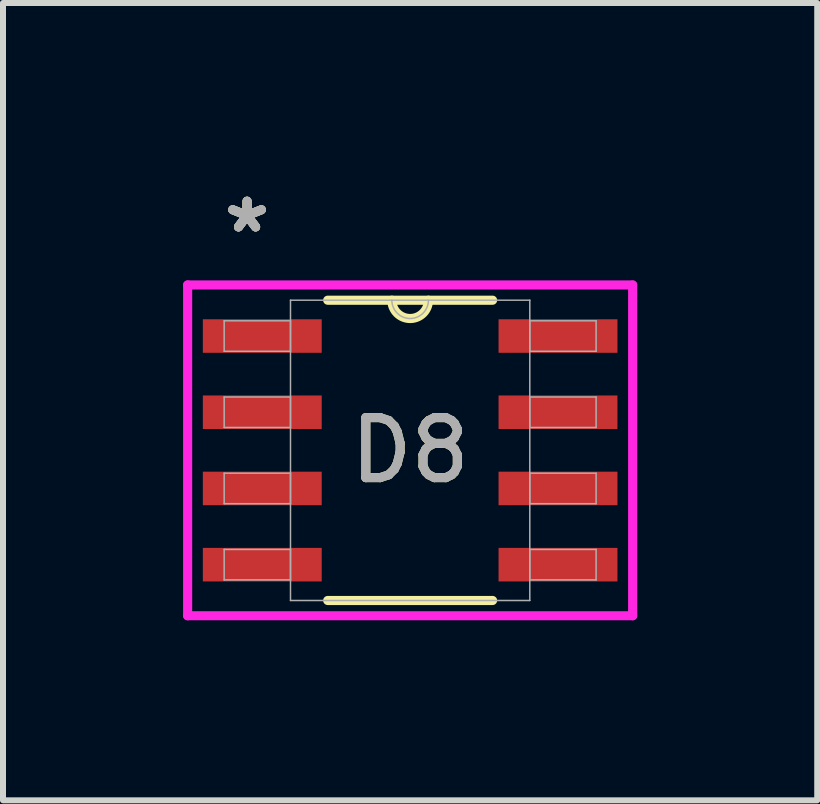
<source format=kicad_pcb>
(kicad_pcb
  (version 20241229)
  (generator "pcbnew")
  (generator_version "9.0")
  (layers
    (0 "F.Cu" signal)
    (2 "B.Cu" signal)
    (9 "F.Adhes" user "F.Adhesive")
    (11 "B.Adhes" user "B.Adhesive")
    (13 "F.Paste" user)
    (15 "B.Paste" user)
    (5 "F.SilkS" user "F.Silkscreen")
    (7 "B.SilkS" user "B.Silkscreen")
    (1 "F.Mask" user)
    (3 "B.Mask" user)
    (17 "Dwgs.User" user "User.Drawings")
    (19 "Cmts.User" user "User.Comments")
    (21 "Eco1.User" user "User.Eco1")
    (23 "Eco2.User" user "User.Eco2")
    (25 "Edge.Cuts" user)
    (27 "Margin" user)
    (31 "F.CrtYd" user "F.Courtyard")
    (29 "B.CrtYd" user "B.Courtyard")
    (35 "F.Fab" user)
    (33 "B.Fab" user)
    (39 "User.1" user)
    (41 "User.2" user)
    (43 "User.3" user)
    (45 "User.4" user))
  (footprint "D8"
    (layer "F.Cu")
    (at 3.785 4.455)
    (property "Reference" "D8" (at 0 0 0) (unlocked yes) (layer "F.SilkS") (effects (font (size 1 1) (thickness 0.15))))
    (attr smd)
    (fp_line (start -1.374 2.502) (end 1.374 2.502) (stroke (width 0.152) (type solid)) (layer "F.SilkS"))
    (fp_line (start 1.374 -2.502) (end -1.374 -2.502) (stroke (width 0.152) (type solid)) (layer "F.SilkS"))
    (fp_arc (start 0.3048 -2.5019) (mid 0 -2.1971) (end -0.3048 -2.5019) (stroke (width 0.1524) (type solid)) (layer "F.SilkS"))
    (fp_line (start -3.708 -2.756) (end 3.708 -2.756) (stroke (width 0.152) (type solid)) (layer "F.CrtYd"))
    (fp_line (start -3.708 2.756) (end -3.708 -2.756) (stroke (width 0.152) (type solid)) (layer "F.CrtYd"))
    (fp_line (start 3.708 -2.756) (end 3.708 2.756) (stroke (width 0.152) (type solid)) (layer "F.CrtYd"))
    (fp_line (start 3.708 2.756) (end -3.708 2.756) (stroke (width 0.152) (type solid)) (layer "F.CrtYd"))
    (fp_line (start -3.099 -2.159) (end -3.099 -1.651) (stroke (width 0.025) (type solid)) (layer "F.Fab"))
    (fp_line (start -3.099 -1.651) (end -1.994 -1.651) (stroke (width 0.025) (type solid)) (layer "F.Fab"))
    (fp_line (start -3.099 -0.889) (end -3.099 -0.381) (stroke (width 0.025) (type solid)) (layer "F.Fab"))
    (fp_line (start -3.099 -0.381) (end -1.994 -0.381) (stroke (width 0.025) (type solid)) (layer "F.Fab"))
    (fp_line (start -3.099 0.381) (end -3.099 0.889) (stroke (width 0.025) (type solid)) (layer "F.Fab"))
    (fp_line (start -3.099 0.889) (end -1.994 0.889) (stroke (width 0.025) (type solid)) (layer "F.Fab"))
    (fp_line (start -3.099 1.651) (end -3.099 2.159) (stroke (width 0.025) (type solid)) (layer "F.Fab"))
    (fp_line (start -3.099 2.159) (end -1.994 2.159) (stroke (width 0.025) (type solid)) (layer "F.Fab"))
    (fp_line (start -1.994 -2.502) (end -1.994 2.502) (stroke (width 0.025) (type solid)) (layer "F.Fab"))
    (fp_line (start -1.994 -2.159) (end -3.099 -2.159) (stroke (width 0.025) (type solid)) (layer "F.Fab"))
    (fp_line (start -1.994 -1.651) (end -1.994 -2.159) (stroke (width 0.025) (type solid)) (layer "F.Fab"))
    (fp_line (start -1.994 -0.889) (end -3.099 -0.889) (stroke (width 0.025) (type solid)) (layer "F.Fab"))
    (fp_line (start -1.994 -0.381) (end -1.994 -0.889) (stroke (width 0.025) (type solid)) (layer "F.Fab"))
    (fp_line (start -1.994 0.381) (end -3.099 0.381) (stroke (width 0.025) (type solid)) (layer "F.Fab"))
    (fp_line (start -1.994 0.889) (end -1.994 0.381) (stroke (width 0.025) (type solid)) (layer "F.Fab"))
    (fp_line (start -1.994 1.651) (end -3.099 1.651) (stroke (width 0.025) (type solid)) (layer "F.Fab"))
    (fp_line (start -1.994 2.159) (end -1.994 1.651) (stroke (width 0.025) (type solid)) (layer "F.Fab"))
    (fp_line (start -1.994 2.502) (end 1.994 2.502) (stroke (width 0.025) (type solid)) (layer "F.Fab"))
    (fp_line (start 1.994 -2.502) (end -1.994 -2.502) (stroke (width 0.025) (type solid)) (layer "F.Fab"))
    (fp_line (start 1.994 -2.159) (end 1.994 -1.651) (stroke (width 0.025) (type solid)) (layer "F.Fab"))
    (fp_line (start 1.994 -1.651) (end 3.099 -1.651) (stroke (width 0.025) (type solid)) (layer "F.Fab"))
    (fp_line (start 1.994 -0.889) (end 1.994 -0.381) (stroke (width 0.025) (type solid)) (layer "F.Fab"))
    (fp_line (start 1.994 -0.381) (end 3.099 -0.381) (stroke (width 0.025) (type solid)) (layer "F.Fab"))
    (fp_line (start 1.994 0.381) (end 1.994 0.889) (stroke (width 0.025) (type solid)) (layer "F.Fab"))
    (fp_line (start 1.994 0.889) (end 3.099 0.889) (stroke (width 0.025) (type solid)) (layer "F.Fab"))
    (fp_line (start 1.994 1.651) (end 1.994 2.159) (stroke (width 0.025) (type solid)) (layer "F.Fab"))
    (fp_line (start 1.994 2.159) (end 3.099 2.159) (stroke (width 0.025) (type solid)) (layer "F.Fab"))
    (fp_line (start 1.994 2.502) (end 1.994 -2.502) (stroke (width 0.025) (type solid)) (layer "F.Fab"))
    (fp_line (start 3.099 -2.159) (end 1.994 -2.159) (stroke (width 0.025) (type solid)) (layer "F.Fab"))
    (fp_line (start 3.099 -1.651) (end 3.099 -2.159) (stroke (width 0.025) (type solid)) (layer "F.Fab"))
    (fp_line (start 3.099 -0.889) (end 1.994 -0.889) (stroke (width 0.025) (type solid)) (layer "F.Fab"))
    (fp_line (start 3.099 -0.381) (end 3.099 -0.889) (stroke (width 0.025) (type solid)) (layer "F.Fab"))
    (fp_line (start 3.099 0.381) (end 1.994 0.381) (stroke (width 0.025) (type solid)) (layer "F.Fab"))
    (fp_line (start 3.099 0.889) (end 3.099 0.381) (stroke (width 0.025) (type solid)) (layer "F.Fab"))
    (fp_line (start 3.099 1.651) (end 1.994 1.651) (stroke (width 0.025) (type solid)) (layer "F.Fab"))
    (fp_line (start 3.099 2.159) (end 3.099 1.651) (stroke (width 0.025) (type solid)) (layer "F.Fab"))
    (fp_arc (start 0.3048 -2.5019) (mid 0 -2.1971) (end -0.3048 -2.5019) (stroke (width 0.0254) (type solid)) (layer "F.Fab"))
    (fp_text user "*" (at -2.718 -3.607 0) (unlocked yes) (layer "F.SilkS") (effects (font (size 1 1) (thickness 0.15))))
    (fp_text user "*" (at -2.718 -3.607 0) (layer "F.SilkS") (effects (font (size 1 1) (thickness 0.15))))
    (fp_text user "${REFERENCE}" (at 0 0 0) (unlocked yes) (layer "F.Fab") (effects (font (size 1 1) (thickness 0.15))))
    (fp_text user "*" (at -2.718 -3.607 0) (unlocked yes) (layer "F.Fab") (effects (font (size 1 1) (thickness 0.15))))
    (fp_text user "*" (at -2.718 -3.607 0) (layer "F.Fab") (effects (font (size 1 1) (thickness 0.15))))
    (pad "1" smd rect (at -2.464 -1.905) (size 1.981 0.559) (layers "F.Cu" "F.Mask" "F.Paste"))
    (pad "2" smd rect (at -2.464 -0.635) (size 1.981 0.559) (layers "F.Cu" "F.Mask" "F.Paste"))
    (pad "3" smd rect (at -2.464 0.635) (size 1.981 0.559) (layers "F.Cu" "F.Mask" "F.Paste"))
    (pad "4" smd rect (at -2.464 1.905) (size 1.981 0.559) (layers "F.Cu" "F.Mask" "F.Paste"))
    (pad "5" smd rect (at 2.464 1.905) (size 1.981 0.559) (layers "F.Cu" "F.Mask" "F.Paste"))
    (pad "6" smd rect (at 2.464 0.635) (size 1.981 0.559) (layers "F.Cu" "F.Mask" "F.Paste"))
    (pad "7" smd rect (at 2.464 -0.635) (size 1.981 0.559) (layers "F.Cu" "F.Mask" "F.Paste"))
    (pad "8" smd rect (at 2.464 -1.905) (size 1.981 0.559) (layers "F.Cu" "F.Mask" "F.Paste")))
  (gr_rect
    (start -3 -3)
    (end 10.569 10.287)
    (stroke (width 0.1) (type default))
    (fill no)
    (layer "Edge.Cuts")))
</source>
